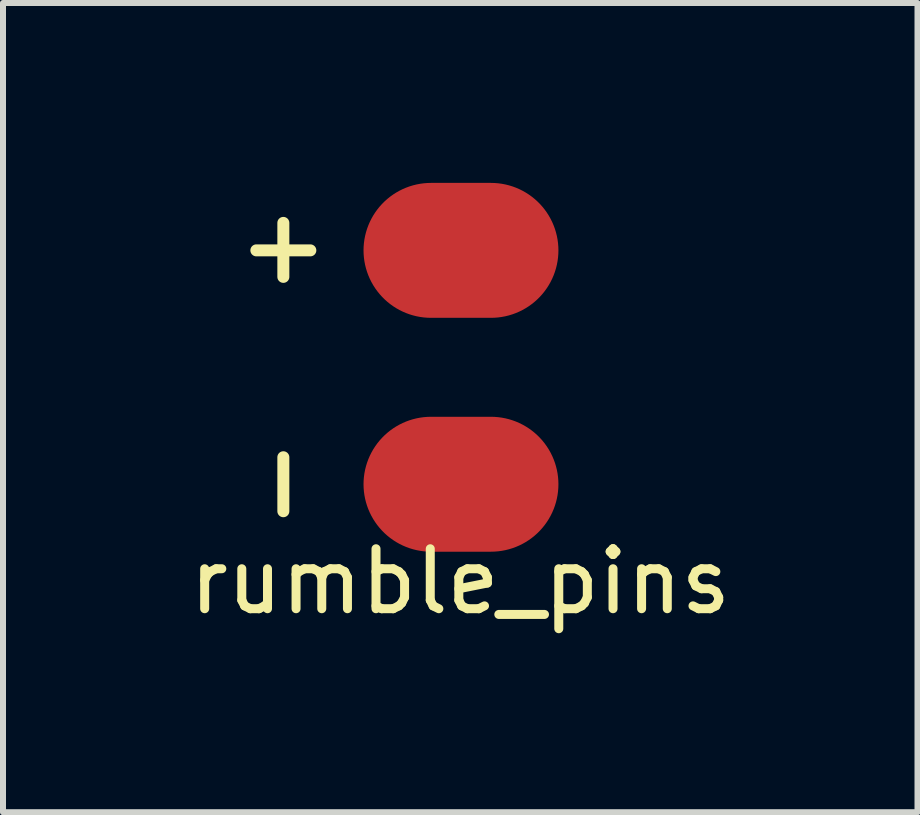
<source format=kicad_pcb>
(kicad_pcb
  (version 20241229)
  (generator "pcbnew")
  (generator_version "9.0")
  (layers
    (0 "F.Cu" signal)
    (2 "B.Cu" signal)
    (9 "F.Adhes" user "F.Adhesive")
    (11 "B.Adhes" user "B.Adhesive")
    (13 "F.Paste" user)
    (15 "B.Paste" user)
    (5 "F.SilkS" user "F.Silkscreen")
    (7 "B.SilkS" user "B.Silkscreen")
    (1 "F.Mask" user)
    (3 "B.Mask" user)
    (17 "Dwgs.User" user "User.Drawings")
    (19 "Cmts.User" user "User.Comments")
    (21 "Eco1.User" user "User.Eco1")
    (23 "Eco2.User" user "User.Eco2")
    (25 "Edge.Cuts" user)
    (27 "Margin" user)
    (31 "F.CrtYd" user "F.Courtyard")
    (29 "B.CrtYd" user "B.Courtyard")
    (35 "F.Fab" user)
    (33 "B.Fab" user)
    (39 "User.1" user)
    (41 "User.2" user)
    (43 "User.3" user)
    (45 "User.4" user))
  (footprint "rumble_pins"
    (layer "F.Cu")
    (at 4.625 1.917)
    (property "Reference" "rumble_pins" (at 0 4.729 180) (layer "F.SilkS") (effects (font (size 1 1) (thickness 0.15))))
    (attr through_hole)
    (fp_line (start -3.4 -0.792) (end -2.5 -0.792) (stroke (width 0.2) (type solid)) (layer "F.SilkS"))
    (fp_line (start -2.95 -0.35) (end -2.95 -1.25) (stroke (width 0.2) (type solid)) (layer "F.SilkS"))
    (fp_line (start -2.95 3.558) (end -2.95 2.658) (stroke (width 0.2) (type solid)) (layer "F.SilkS"))
    (pad "1" smd oval (at 0.012 -0.792) (size 3.25 2.25) (layers "F.Cu" "F.Mask" "F.Paste"))
    (pad "2" smd oval (at 0.012 3.108) (size 3.25 2.25) (layers "F.Cu" "F.Mask" "F.Paste")))
  (gr_rect
    (start -3 -3)
    (end 12.25 10.494)
    (stroke (width 0.1) (type default))
    (fill no)
    (layer "Edge.Cuts")))
</source>
